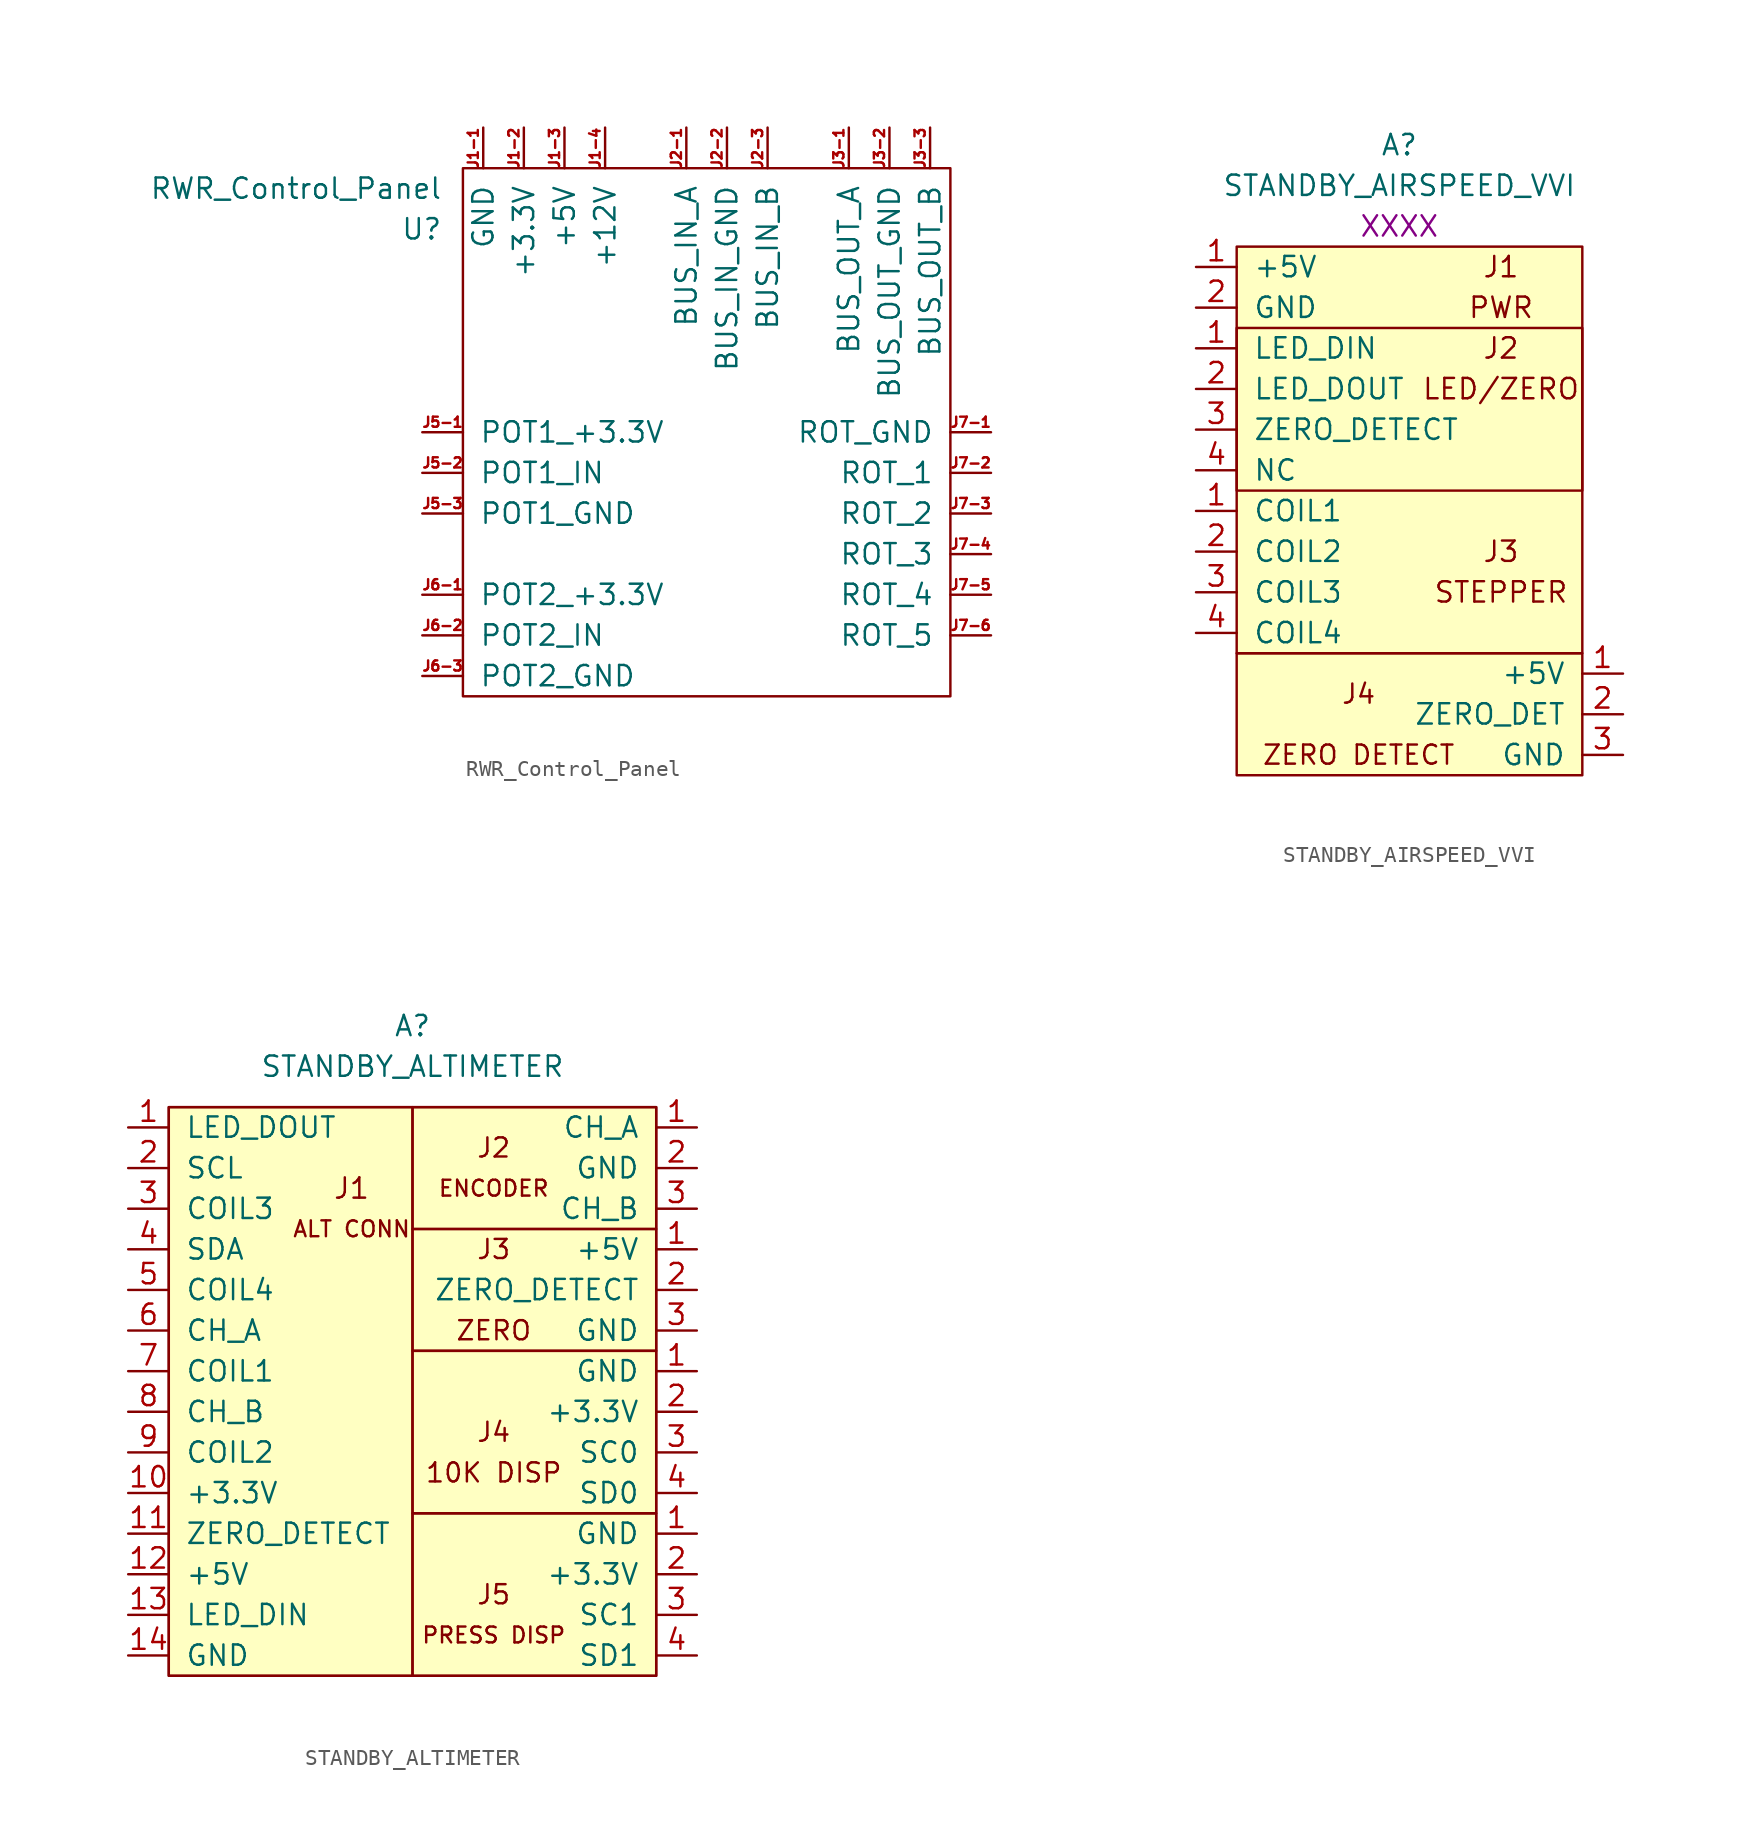
<source format=kicad_sym>
(kicad_symbol_lib
  (version 20211014)
  (generator kicad_symbol_editor)
  (symbol "RWR_Control_Panel"
    (pin_names
      (offset 1.016))
    (property "Reference" "U"
      (at -17.78 2.54 0)
      (effects (font (size 1.27 1.27)) (justify right)))
    (property "Value" "RWR_Control_Panel"
      (at -17.78 5.08 0)
      (effects (font (size 1.27 1.27)) (justify right)))
    (symbol "RWR_Control_Panel_0_0"
      (pin power_out line (at -15.24 8.89 270) (length 2.54) (name "GND" (effects (font (size 1.27 1.27)))) (number "J1-1" (effects (font (size 0.635 0.635)))))
      (pin power_in line (at -12.7 8.89 270) (length 2.54) (name "+3.3V" (effects (font (size 1.27 1.27)))) (number "J1-2" (effects (font (size 0.635 0.635)))))
      (pin power_in line (at -10.16 8.89 270) (length 2.54) (name "+5V" (effects (font (size 1.27 1.27)))) (number "J1-3" (effects (font (size 0.635 0.635)))))
      (pin power_in line (at -7.62 8.89 270) (length 2.54) (name "+12V" (effects (font (size 1.27 1.27)))) (number "J1-4" (effects (font (size 0.635 0.635)))))
      (pin bidirectional line (at -2.54 8.89 270) (length 2.54) (name "BUS_IN_A" (effects (font (size 1.27 1.27)))) (number "J2-1" (effects (font (size 0.635 0.635)))))
      (pin power_out line (at 0 8.89 270) (length 2.54) (name "BUS_IN_GND" (effects (font (size 1.27 1.27)))) (number "J2-2" (effects (font (size 0.635 0.635)))))
      (pin bidirectional line (at 2.54 8.89 270) (length 2.54) (name "BUS_IN_B" (effects (font (size 1.27 1.27)))) (number "J2-3" (effects (font (size 0.635 0.635)))))
      (pin bidirectional line (at 7.62 8.89 270) (length 2.54) (name "BUS_OUT_A" (effects (font (size 1.27 1.27)))) (number "J3-1" (effects (font (size 0.635 0.635)))))
      (pin power_out line (at 10.16 8.89 270) (length 2.54) (name "BUS_OUT_GND" (effects (font (size 1.27 1.27)))) (number "J3-2" (effects (font (size 0.635 0.635)))))
      (pin bidirectional line (at 12.7 8.89 270) (length 2.54) (name "BUS_OUT_B" (effects (font (size 1.27 1.27)))) (number "J3-3" (effects (font (size 0.635 0.635)))))
      (pin power_in line (at -19.05 -10.16 0) (length 2.54) (name "POT1_+3.3V" (effects (font (size 1.27 1.27)))) (number "J5-1" (effects (font (size 0.635 0.635)))))
      (pin input line (at -19.05 -12.7 0) (length 2.54) (name "POT1_IN" (effects (font (size 1.27 1.27)))) (number "J5-2" (effects (font (size 0.635 0.635)))))
      (pin power_out line (at -19.05 -15.24 0) (length 2.54) (name "POT1_GND" (effects (font (size 1.27 1.27)))) (number "J5-3" (effects (font (size 0.635 0.635)))))
      (pin power_in line (at -19.05 -20.32 0) (length 2.54) (name "POT2_+3.3V" (effects (font (size 1.27 1.27)))) (number "J6-1" (effects (font (size 0.635 0.635)))))
      (pin input line (at -19.05 -22.86 0) (length 2.54) (name "POT2_IN" (effects (font (size 1.27 1.27)))) (number "J6-2" (effects (font (size 0.635 0.635)))))
      (pin power_out line (at -19.05 -25.4 0) (length 2.54) (name "POT2_GND" (effects (font (size 1.27 1.27)))) (number "J6-3" (effects (font (size 0.635 0.635)))))
      (pin power_out line (at 16.51 -10.16 180) (length 2.54) (name "ROT_GND" (effects (font (size 1.27 1.27)))) (number "J7-1" (effects (font (size 0.635 0.635)))))
      (pin input line (at 16.51 -12.7 180) (length 2.54) (name "ROT_1" (effects (font (size 1.27 1.27)))) (number "J7-2" (effects (font (size 0.635 0.635)))))
      (pin input line (at 16.51 -15.24 180) (length 2.54) (name "ROT_2" (effects (font (size 1.27 1.27)))) (number "J7-3" (effects (font (size 0.635 0.635)))))
      (pin input line (at 16.51 -17.78 180) (length 2.54) (name "ROT_3" (effects (font (size 1.27 1.27)))) (number "J7-4" (effects (font (size 0.635 0.635)))))
      (pin input line (at 16.51 -20.32 180) (length 2.54) (name "ROT_4" (effects (font (size 1.27 1.27)))) (number "J7-5" (effects (font (size 0.635 0.635)))))
      (pin input line (at 16.51 -22.86 180) (length 2.54) (name "ROT_5" (effects (font (size 1.27 1.27)))) (number "J7-6" (effects (font (size 0.635 0.635))))))
    (symbol "RWR_Control_Panel_0_1"
      (rectangle (start -16.51 6.35) (end 13.97 -26.67) (stroke (width 0) (type default) (color 0 0 0 0)) (fill (type none)))))
  (symbol "STANDBY_AIRSPEED_VVI"
    (pin_names
      (offset 1.016))
    (property "Reference" "A"
      (at 0 21.59 0)
      (effects (font (size 1.27 1.27))))
    (property "Value" "STANDBY_AIRSPEED_VVI"
      (at 0 19.05 0)
      (effects (font (size 1.27 1.27))))
    (property "DESCRIPTION" "XXXX"
      (at 0 16.51 0)
      (effects (font (size 1.27 1.27))))
    (symbol "STANDBY_AIRSPEED_VVI_0_0"
      (rectangle (start -10.16 0) (end 11.43 10.16) (stroke (width 0) (type default) (color 0 0 0 0)) (fill (type none)))
      (rectangle (start -10.16 15.24) (end 11.43 -10.16) (stroke (width 0) (type default) (color 0 0 0 0)) (fill (type background)))
      (rectangle (start 11.43 -10.16) (end -10.16 -17.78) (stroke (width 0) (type default) (color 0 0 0 0)) (fill (type background)))
      (text "J1" (at 6.35 13.97 0) (effects (font (size 1.27 1.27))))
      (text "J2" (at 6.35 8.89 0) (effects (font (size 1.27 1.27))))
      (text "J3" (at 6.35 -3.81 0) (effects (font (size 1.27 1.27))))
      (text "J4" (at -2.54 -12.7 0) (effects (font (size 1.194 1.194))))
      (text "LED/ZERO" (at 6.35 6.35 0) (effects (font (size 1.27 1.27))))
      (text "PWR" (at 6.35 11.43 0) (effects (font (size 1.27 1.27))))
      (text "STEPPER" (at 6.35 -6.35 0) (effects (font (size 1.27 1.27))))
      (text "ZERO DETECT" (at -2.54 -16.51 0) (effects (font (size 1.194 1.194))))
      (pin unspecified line (at -12.7 13.97 0) (length 2.54) (name "+5V" (effects (font (size 1.27 1.27)))) (number "1" (effects (font (size 1.27 1.27)))))
      (pin unspecified line (at 13.97 -11.43 180) (length 2.54) (name "+5V" (effects (font (size 1.27 1.27)))) (number "1" (effects (font (size 1.27 1.27)))))
      (pin unspecified line (at -12.7 -1.27 0) (length 2.54) (name "COIL1" (effects (font (size 1.27 1.27)))) (number "1" (effects (font (size 1.27 1.27)))))
      (pin unspecified line (at -12.7 8.89 0) (length 2.54) (name "LED_DIN" (effects (font (size 1.27 1.27)))) (number "1" (effects (font (size 1.27 1.27)))))
      (pin unspecified line (at -12.7 -3.81 0) (length 2.54) (name "COIL2" (effects (font (size 1.27 1.27)))) (number "2" (effects (font (size 1.27 1.27)))))
      (pin unspecified line (at -12.7 11.43 0) (length 2.54) (name "GND" (effects (font (size 1.27 1.27)))) (number "2" (effects (font (size 1.27 1.27)))))
      (pin unspecified line (at -12.7 6.35 0) (length 2.54) (name "LED_DOUT" (effects (font (size 1.27 1.27)))) (number "2" (effects (font (size 1.27 1.27)))))
      (pin unspecified line (at 13.97 -13.97 180) (length 2.54) (name "ZERO_DET" (effects (font (size 1.27 1.27)))) (number "2" (effects (font (size 1.27 1.27)))))
      (pin unspecified line (at -12.7 -6.35 0) (length 2.54) (name "COIL3" (effects (font (size 1.27 1.27)))) (number "3" (effects (font (size 1.27 1.27)))))
      (pin unspecified line (at 13.97 -16.51 180) (length 2.54) (name "GND" (effects (font (size 1.27 1.27)))) (number "3" (effects (font (size 1.27 1.27)))))
      (pin unspecified line (at -12.7 3.81 0) (length 2.54) (name "ZERO_DETECT" (effects (font (size 1.27 1.27)))) (number "3" (effects (font (size 1.27 1.27)))))
      (pin unspecified line (at -12.7 -8.89 0) (length 2.54) (name "COIL4" (effects (font (size 1.27 1.27)))) (number "4" (effects (font (size 1.27 1.27)))))
      (pin unspecified line (at -12.7 1.27 0) (length 2.54) (name "NC" (effects (font (size 1.27 1.27)))) (number "4" (effects (font (size 1.27 1.27)))))))
  (symbol "STANDBY_ALTIMETER"
    (pin_names
      (offset 1.016))
    (property "Reference" "A"
      (at 0 22.86 0)
      (effects (font (size 1.27 1.27))))
    (property "Value" "STANDBY_ALTIMETER"
      (at 0 20.32 0)
      (effects (font (size 1.27 1.27))))
    (symbol "STANDBY_ALTIMETER_0_0"
      (rectangle (start -15.24 17.78) (end 15.24 -17.78) (stroke (width 0) (type default) (color 0 0 0 0)) (fill (type background)))
      (rectangle (start 15.24 -7.62) (end 0 -17.78) (stroke (width 0) (type default) (color 0 0 0 0)) (fill (type none)))
      (rectangle (start 15.24 2.54) (end 0 -7.62) (stroke (width 0) (type default) (color 0 0 0 0)) (fill (type none)))
      (rectangle (start 15.24 10.16) (end 0 2.54) (stroke (width 0) (type default) (color 0 0 0 0)) (fill (type none)))
      (rectangle (start 15.24 17.78) (end 0 10.16) (stroke (width 0) (type default) (color 0 0 0 0)) (fill (type none)))
      (text "10K DISP" (at 5.08 -5.08 0) (effects (font (size 1.194 1.194))))
      (text "ALT CONN" (at -3.81 10.16 0) (effects (font (size 0.991 0.991))))
      (text "ENCODER" (at 5.08 12.7 0) (effects (font (size 0.991 0.991))))
      (text "J1" (at -3.81 12.7 0) (effects (font (size 1.27 1.27))))
      (text "J2" (at 5.08 15.24 0) (effects (font (size 1.194 1.194))))
      (text "J3" (at 5.08 8.89 0) (effects (font (size 1.194 1.194))))
      (text "J4" (at 5.08 -2.54 0) (effects (font (size 1.194 1.194))))
      (text "J5" (at 5.08 -12.7 0) (effects (font (size 1.194 1.194))))
      (text "PRESS DISP" (at 5.08 -15.24 0) (effects (font (size 0.991 0.991))))
      (text "ZERO" (at 5.08 3.81 0) (effects (font (size 1.194 1.194))))
      (pin unspecified line (at 17.78 8.89 180) (length 2.54) (name "+5V" (effects (font (size 1.27 1.27)))) (number "1" (effects (font (size 1.27 1.27)))))
      (pin unspecified line (at 17.78 16.51 180) (length 2.54) (name "CH_A" (effects (font (size 1.27 1.27)))) (number "1" (effects (font (size 1.27 1.27)))))
      (pin unspecified line (at 17.78 -8.89 180) (length 2.54) (name "GND" (effects (font (size 1.27 1.27)))) (number "1" (effects (font (size 1.27 1.27)))))
      (pin unspecified line (at 17.78 1.27 180) (length 2.54) (name "GND" (effects (font (size 1.27 1.27)))) (number "1" (effects (font (size 1.27 1.27)))))
      (pin unspecified line (at -17.78 16.51 0) (length 2.54) (name "LED_DOUT" (effects (font (size 1.27 1.27)))) (number "1" (effects (font (size 1.27 1.27)))))
      (pin unspecified line (at -17.78 -6.35 0) (length 2.54) (name "+3.3V" (effects (font (size 1.27 1.27)))) (number "10" (effects (font (size 1.27 1.27)))))
      (pin unspecified line (at -17.78 -8.89 0) (length 2.54) (name "ZERO_DETECT" (effects (font (size 1.27 1.27)))) (number "11" (effects (font (size 1.27 1.27)))))
      (pin unspecified line (at -17.78 -11.43 0) (length 2.54) (name "+5V" (effects (font (size 1.27 1.27)))) (number "12" (effects (font (size 1.27 1.27)))))
      (pin unspecified line (at -17.78 -13.97 0) (length 2.54) (name "LED_DIN" (effects (font (size 1.27 1.27)))) (number "13" (effects (font (size 1.27 1.27)))))
      (pin unspecified line (at -17.78 -16.51 0) (length 2.54) (name "GND" (effects (font (size 1.27 1.27)))) (number "14" (effects (font (size 1.27 1.27)))))
      (pin unspecified line (at 17.78 -11.43 180) (length 2.54) (name "+3.3V" (effects (font (size 1.27 1.27)))) (number "2" (effects (font (size 1.27 1.27)))))
      (pin unspecified line (at 17.78 -1.27 180) (length 2.54) (name "+3.3V" (effects (font (size 1.27 1.27)))) (number "2" (effects (font (size 1.27 1.27)))))
      (pin unspecified line (at 17.78 13.97 180) (length 2.54) (name "GND" (effects (font (size 1.27 1.27)))) (number "2" (effects (font (size 1.27 1.27)))))
      (pin unspecified line (at -17.78 13.97 0) (length 2.54) (name "SCL" (effects (font (size 1.27 1.27)))) (number "2" (effects (font (size 1.27 1.27)))))
      (pin unspecified line (at 17.78 6.35 180) (length 2.54) (name "ZERO_DETECT" (effects (font (size 1.27 1.27)))) (number "2" (effects (font (size 1.27 1.27)))))
      (pin unspecified line (at 17.78 11.43 180) (length 2.54) (name "CH_B" (effects (font (size 1.27 1.27)))) (number "3" (effects (font (size 1.27 1.27)))))
      (pin unspecified line (at -17.78 11.43 0) (length 2.54) (name "COIL3" (effects (font (size 1.27 1.27)))) (number "3" (effects (font (size 1.27 1.27)))))
      (pin unspecified line (at 17.78 3.81 180) (length 2.54) (name "GND" (effects (font (size 1.27 1.27)))) (number "3" (effects (font (size 1.27 1.27)))))
      (pin unspecified line (at 17.78 -3.81 180) (length 2.54) (name "SC0" (effects (font (size 1.27 1.27)))) (number "3" (effects (font (size 1.27 1.27)))))
      (pin unspecified line (at 17.78 -13.97 180) (length 2.54) (name "SC1" (effects (font (size 1.27 1.27)))) (number "3" (effects (font (size 1.27 1.27)))))
      (pin unspecified line (at 17.78 -6.35 180) (length 2.54) (name "SD0" (effects (font (size 1.27 1.27)))) (number "4" (effects (font (size 1.27 1.27)))))
      (pin unspecified line (at 17.78 -16.51 180) (length 2.54) (name "SD1" (effects (font (size 1.27 1.27)))) (number "4" (effects (font (size 1.27 1.27)))))
      (pin unspecified line (at -17.78 8.89 0) (length 2.54) (name "SDA" (effects (font (size 1.27 1.27)))) (number "4" (effects (font (size 1.27 1.27)))))
      (pin unspecified line (at -17.78 6.35 0) (length 2.54) (name "COIL4" (effects (font (size 1.27 1.27)))) (number "5" (effects (font (size 1.27 1.27)))))
      (pin unspecified line (at -17.78 3.81 0) (length 2.54) (name "CH_A" (effects (font (size 1.27 1.27)))) (number "6" (effects (font (size 1.27 1.27)))))
      (pin unspecified line (at -17.78 1.27 0) (length 2.54) (name "COIL1" (effects (font (size 1.27 1.27)))) (number "7" (effects (font (size 1.27 1.27)))))
      (pin unspecified line (at -17.78 -1.27 0) (length 2.54) (name "CH_B" (effects (font (size 1.27 1.27)))) (number "8" (effects (font (size 1.27 1.27)))))
      (pin unspecified line (at -17.78 -3.81 0) (length 2.54) (name "COIL2" (effects (font (size 1.27 1.27)))) (number "9" (effects (font (size 1.27 1.27))))))
    (symbol "STANDBY_ALTIMETER_0_1"
      (rectangle (start -15.24 17.78) (end 0 -17.78) (stroke (width 0) (type default) (color 0 0 0 0)) (fill (type none))))))
</source>
